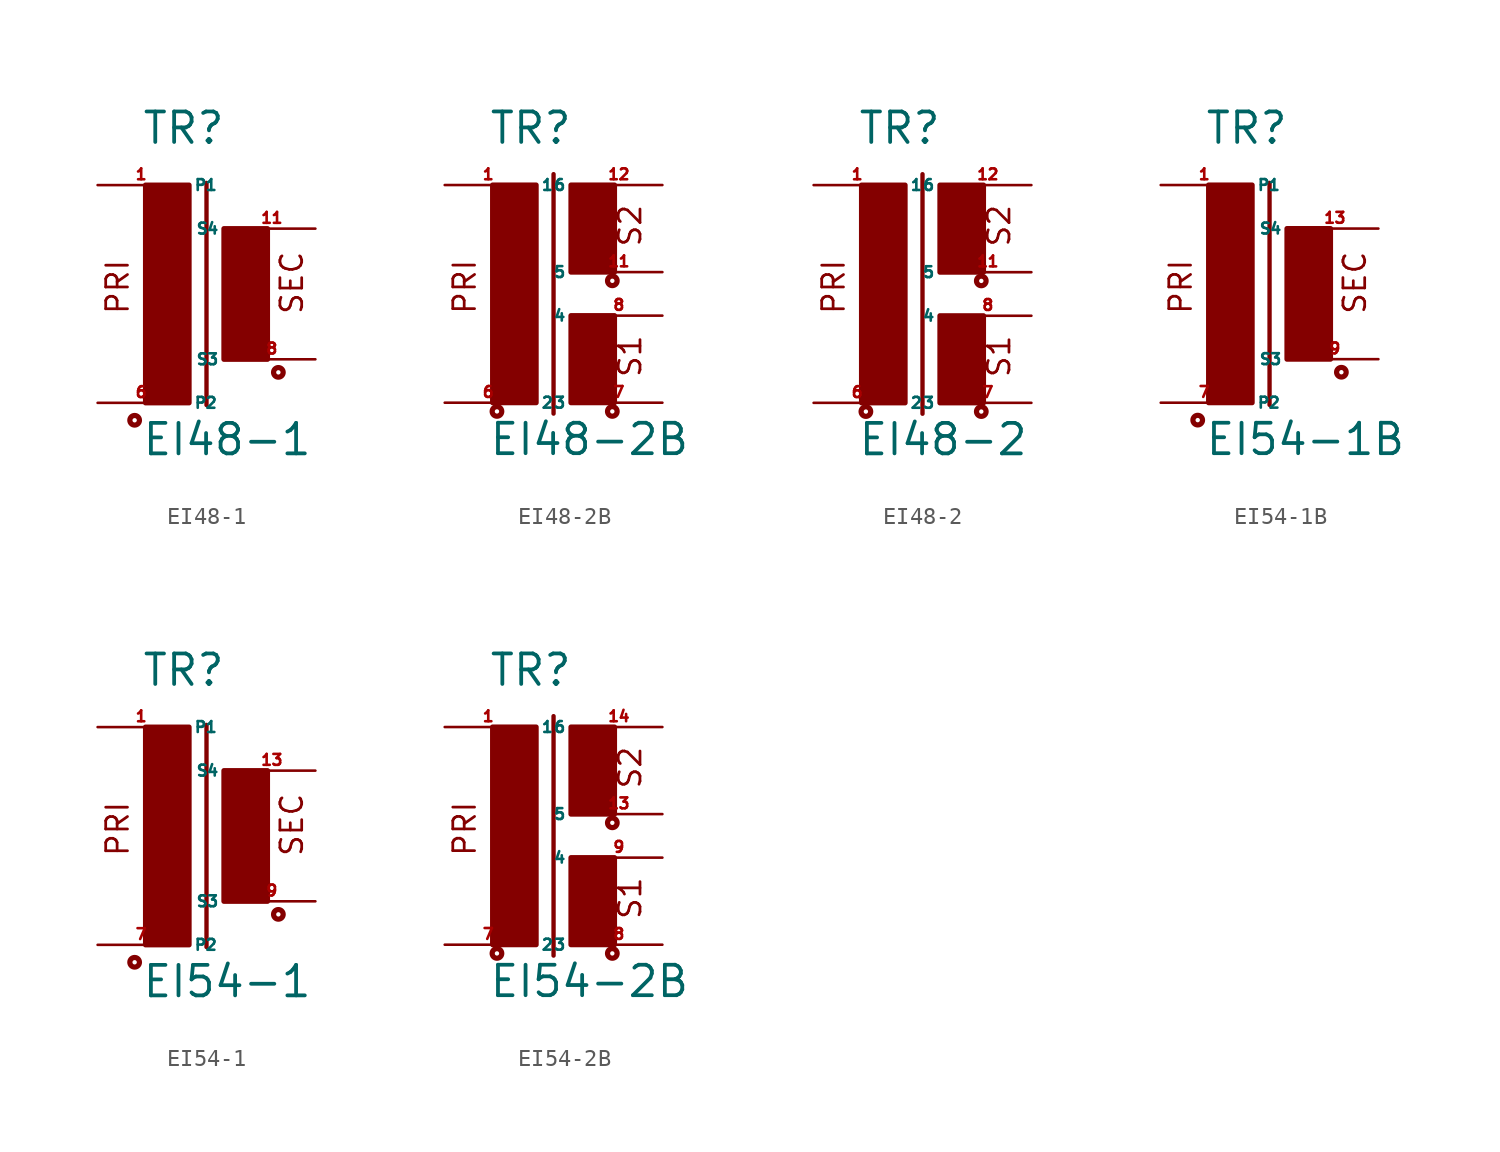
<source format=kicad_sym>
(kicad_symbol_lib
  (version 20220914)
  (generator Eagle2Kicad)
  (symbol "EI48-1"
    (property "Reference" "TR"
      (at -2.54 7.366 0)
      (effects (font (size 1.778 1.778) (thickness 0.22)) (justify left bottom)))
    (property "Value" "EI48-1"
      (at -2.54 -10.795 0)
      (effects (font (size 1.778 1.778) (thickness 0.22)) (justify left bottom)))
    (polyline
      (pts (xy 1.27 5.207) (xy 1.27 -7.747))
      (stroke (width 0.254) (type default))
      (fill (type none)))
    (text "PRI"
      (at -3.175 -2.54 900)
      (effects (font (size 1.27 1.27) (thickness 0.16)) (justify left bottom)))
    (text "SEC"
      (at 6.985 -2.54 900)
      (effects (font (size 1.27 1.27) (thickness 0.16)) (justify left bottom)))
    (circle
      (center -2.921 -8.636)
      (radius 0.127)
      (stroke (width 0.305) (type default))
      (fill (type none)))
    (circle
      (center 5.461 -5.842)
      (radius 0.127)
      (stroke (width 0.305) (type default))
      (fill (type none)))
    (rectangle
      (start -2.286 -7.62)
      (end 0.254 5.08)
      (stroke (width 0.3) (type default))
      (fill (type outline)))
    (rectangle
      (start 2.286 -5.08)
      (end 4.826 2.54)
      (stroke (width 0.3) (type default))
      (fill (type outline)))
    (pin passive line
      (at -5.08 5.08 0)
      (length 5.08)
      (name "P1" (effects (font (size 0.635 0.635) (thickness 0.08)) (justify left bottom)))
      (number "1" (effects (font (size 0.635 0.635) (thickness 0.08)) (justify left bottom))))
    (pin passive line
      (at -5.08 -7.62 0)
      (length 5.08)
      (name "P2" (effects (font (size 0.635 0.635) (thickness 0.08)) (justify left bottom)))
      (number "6" (effects (font (size 0.635 0.635) (thickness 0.08)) (justify left bottom))))
    (pin passive line
      (at 7.62 -5.08 180)
      (length 5.08)
      (name "S3" (effects (font (size 0.635 0.635) (thickness 0.08)) (justify left bottom)))
      (number "8" (effects (font (size 0.635 0.635) (thickness 0.08)) (justify left bottom))))
    (pin passive line
      (at 7.62 2.54 180)
      (length 5.08)
      (name "S4" (effects (font (size 0.635 0.635) (thickness 0.08)) (justify left bottom)))
      (number "11" (effects (font (size 0.635 0.635) (thickness 0.08)) (justify left bottom)))))
  (symbol "EI48-2B"
    (property "Reference" "TR"
      (at -2.54 7.366 0)
      (effects (font (size 1.778 1.778) (thickness 0.22)) (justify left bottom)))
    (property "Value" "EI48-2B"
      (at -2.54 -10.795 0)
      (effects (font (size 1.778 1.778) (thickness 0.22)) (justify left bottom)))
    (polyline
      (pts (xy 1.27 5.715) (xy 1.27 -8.255))
      (stroke (width 0.254) (type default))
      (fill (type none)))
    (text "PRI"
      (at -3.175 -2.54 900)
      (effects (font (size 1.27 1.27) (thickness 0.16)) (justify left bottom)))
    (text "S1"
      (at 6.477 -6.223 900)
      (effects (font (size 1.27 1.27) (thickness 0.16)) (justify left bottom)))
    (text "S2"
      (at 6.477 1.397 900)
      (effects (font (size 1.27 1.27) (thickness 0.16)) (justify left bottom)))
    (circle
      (center -2.032 -8.128)
      (radius 0.127)
      (stroke (width 0.305) (type default))
      (fill (type none)))
    (circle
      (center 4.699 -8.128)
      (radius 0.127)
      (stroke (width 0.305) (type default))
      (fill (type none)))
    (circle
      (center 4.699 -0.508)
      (radius 0.127)
      (stroke (width 0.305) (type default))
      (fill (type none)))
    (rectangle
      (start -2.286 -7.62)
      (end 0.254 5.08)
      (stroke (width 0.3) (type default))
      (fill (type outline)))
    (rectangle
      (start 2.286 0)
      (end 4.826 5.08)
      (stroke (width 0.3) (type default))
      (fill (type outline)))
    (rectangle
      (start 2.286 -7.62)
      (end 4.826 -2.54)
      (stroke (width 0.3) (type default))
      (fill (type outline)))
    (pin passive line
      (at -5.08 5.08 0)
      (length 5.08)
      (name "1" (effects (font (size 0.635 0.635) (thickness 0.08)) (justify left bottom)))
      (number "1" (effects (font (size 0.635 0.635) (thickness 0.08)) (justify left bottom))))
    (pin passive line
      (at -5.08 -7.62 0)
      (length 5.08)
      (name "2" (effects (font (size 0.635 0.635) (thickness 0.08)) (justify left bottom)))
      (number "6" (effects (font (size 0.635 0.635) (thickness 0.08)) (justify left bottom))))
    (pin passive line
      (at 7.62 -7.62 180)
      (length 5.08)
      (name "3" (effects (font (size 0.635 0.635) (thickness 0.08)) (justify left bottom)))
      (number "7" (effects (font (size 0.635 0.635) (thickness 0.08)) (justify left bottom))))
    (pin passive line
      (at 7.62 -2.54 180)
      (length 5.08)
      (name "4" (effects (font (size 0.635 0.635) (thickness 0.08)) (justify left bottom)))
      (number "8" (effects (font (size 0.635 0.635) (thickness 0.08)) (justify left bottom))))
    (pin passive line
      (at 7.62 0 180)
      (length 5.08)
      (name "5" (effects (font (size 0.635 0.635) (thickness 0.08)) (justify left bottom)))
      (number "11" (effects (font (size 0.635 0.635) (thickness 0.08)) (justify left bottom))))
    (pin passive line
      (at 7.62 5.08 180)
      (length 5.08)
      (name "6" (effects (font (size 0.635 0.635) (thickness 0.08)) (justify left bottom)))
      (number "12" (effects (font (size 0.635 0.635) (thickness 0.08)) (justify left bottom)))))
  (symbol "EI48-2"
    (property "Reference" "TR"
      (at -2.54 7.366 0)
      (effects (font (size 1.778 1.778) (thickness 0.22)) (justify left bottom)))
    (property "Value" "EI48-2"
      (at -2.54 -10.795 0)
      (effects (font (size 1.778 1.778) (thickness 0.22)) (justify left bottom)))
    (polyline
      (pts (xy 1.27 5.715) (xy 1.27 -8.255))
      (stroke (width 0.254) (type default))
      (fill (type none)))
    (text "PRI"
      (at -3.175 -2.54 900)
      (effects (font (size 1.27 1.27) (thickness 0.16)) (justify left bottom)))
    (text "S1"
      (at 6.477 -6.223 900)
      (effects (font (size 1.27 1.27) (thickness 0.16)) (justify left bottom)))
    (text "S2"
      (at 6.477 1.397 900)
      (effects (font (size 1.27 1.27) (thickness 0.16)) (justify left bottom)))
    (circle
      (center -2.032 -8.128)
      (radius 0.127)
      (stroke (width 0.305) (type default))
      (fill (type none)))
    (circle
      (center 4.699 -8.128)
      (radius 0.127)
      (stroke (width 0.305) (type default))
      (fill (type none)))
    (circle
      (center 4.699 -0.508)
      (radius 0.127)
      (stroke (width 0.305) (type default))
      (fill (type none)))
    (rectangle
      (start -2.286 -7.62)
      (end 0.254 5.08)
      (stroke (width 0.3) (type default))
      (fill (type outline)))
    (rectangle
      (start 2.286 0)
      (end 4.826 5.08)
      (stroke (width 0.3) (type default))
      (fill (type outline)))
    (rectangle
      (start 2.286 -7.62)
      (end 4.826 -2.54)
      (stroke (width 0.3) (type default))
      (fill (type outline)))
    (pin passive line
      (at -5.08 5.08 0)
      (length 5.08)
      (name "1" (effects (font (size 0.635 0.635) (thickness 0.08)) (justify left bottom)))
      (number "1" (effects (font (size 0.635 0.635) (thickness 0.08)) (justify left bottom))))
    (pin passive line
      (at -5.08 -7.62 0)
      (length 5.08)
      (name "2" (effects (font (size 0.635 0.635) (thickness 0.08)) (justify left bottom)))
      (number "6" (effects (font (size 0.635 0.635) (thickness 0.08)) (justify left bottom))))
    (pin passive line
      (at 7.62 -7.62 180)
      (length 5.08)
      (name "3" (effects (font (size 0.635 0.635) (thickness 0.08)) (justify left bottom)))
      (number "7" (effects (font (size 0.635 0.635) (thickness 0.08)) (justify left bottom))))
    (pin passive line
      (at 7.62 -2.54 180)
      (length 5.08)
      (name "4" (effects (font (size 0.635 0.635) (thickness 0.08)) (justify left bottom)))
      (number "8" (effects (font (size 0.635 0.635) (thickness 0.08)) (justify left bottom))))
    (pin passive line
      (at 7.62 0 180)
      (length 5.08)
      (name "5" (effects (font (size 0.635 0.635) (thickness 0.08)) (justify left bottom)))
      (number "11" (effects (font (size 0.635 0.635) (thickness 0.08)) (justify left bottom))))
    (pin passive line
      (at 7.62 5.08 180)
      (length 5.08)
      (name "6" (effects (font (size 0.635 0.635) (thickness 0.08)) (justify left bottom)))
      (number "12" (effects (font (size 0.635 0.635) (thickness 0.08)) (justify left bottom)))))
  (symbol "EI54-1B"
    (property "Reference" "TR"
      (at -2.54 7.366 0)
      (effects (font (size 1.778 1.778) (thickness 0.22)) (justify left bottom)))
    (property "Value" "EI54-1B"
      (at -2.54 -10.795 0)
      (effects (font (size 1.778 1.778) (thickness 0.22)) (justify left bottom)))
    (polyline
      (pts (xy 1.27 5.207) (xy 1.27 -7.747))
      (stroke (width 0.254) (type default))
      (fill (type none)))
    (text "PRI"
      (at -3.175 -2.54 900)
      (effects (font (size 1.27 1.27) (thickness 0.16)) (justify left bottom)))
    (text "SEC"
      (at 6.985 -2.54 900)
      (effects (font (size 1.27 1.27) (thickness 0.16)) (justify left bottom)))
    (circle
      (center -2.921 -8.636)
      (radius 0.127)
      (stroke (width 0.305) (type default))
      (fill (type none)))
    (circle
      (center 5.461 -5.842)
      (radius 0.127)
      (stroke (width 0.305) (type default))
      (fill (type none)))
    (rectangle
      (start -2.286 -7.62)
      (end 0.254 5.08)
      (stroke (width 0.3) (type default))
      (fill (type outline)))
    (rectangle
      (start 2.286 -5.08)
      (end 4.826 2.54)
      (stroke (width 0.3) (type default))
      (fill (type outline)))
    (pin passive line
      (at -5.08 5.08 0)
      (length 5.08)
      (name "P1" (effects (font (size 0.635 0.635) (thickness 0.08)) (justify left bottom)))
      (number "1" (effects (font (size 0.635 0.635) (thickness 0.08)) (justify left bottom))))
    (pin passive line
      (at -5.08 -7.62 0)
      (length 5.08)
      (name "P2" (effects (font (size 0.635 0.635) (thickness 0.08)) (justify left bottom)))
      (number "7" (effects (font (size 0.635 0.635) (thickness 0.08)) (justify left bottom))))
    (pin passive line
      (at 7.62 -5.08 180)
      (length 5.08)
      (name "S3" (effects (font (size 0.635 0.635) (thickness 0.08)) (justify left bottom)))
      (number "9" (effects (font (size 0.635 0.635) (thickness 0.08)) (justify left bottom))))
    (pin passive line
      (at 7.62 2.54 180)
      (length 5.08)
      (name "S4" (effects (font (size 0.635 0.635) (thickness 0.08)) (justify left bottom)))
      (number "13" (effects (font (size 0.635 0.635) (thickness 0.08)) (justify left bottom)))))
  (symbol "EI54-1"
    (property "Reference" "TR"
      (at -2.54 7.366 0)
      (effects (font (size 1.778 1.778) (thickness 0.22)) (justify left bottom)))
    (property "Value" "EI54-1"
      (at -2.54 -10.795 0)
      (effects (font (size 1.778 1.778) (thickness 0.22)) (justify left bottom)))
    (polyline
      (pts (xy 1.27 5.207) (xy 1.27 -7.747))
      (stroke (width 0.254) (type default))
      (fill (type none)))
    (text "PRI"
      (at -3.175 -2.54 900)
      (effects (font (size 1.27 1.27) (thickness 0.16)) (justify left bottom)))
    (text "SEC"
      (at 6.985 -2.54 900)
      (effects (font (size 1.27 1.27) (thickness 0.16)) (justify left bottom)))
    (circle
      (center -2.921 -8.636)
      (radius 0.127)
      (stroke (width 0.305) (type default))
      (fill (type none)))
    (circle
      (center 5.461 -5.842)
      (radius 0.127)
      (stroke (width 0.305) (type default))
      (fill (type none)))
    (rectangle
      (start -2.286 -7.62)
      (end 0.254 5.08)
      (stroke (width 0.3) (type default))
      (fill (type outline)))
    (rectangle
      (start 2.286 -5.08)
      (end 4.826 2.54)
      (stroke (width 0.3) (type default))
      (fill (type outline)))
    (pin passive line
      (at -5.08 5.08 0)
      (length 5.08)
      (name "P1" (effects (font (size 0.635 0.635) (thickness 0.08)) (justify left bottom)))
      (number "1" (effects (font (size 0.635 0.635) (thickness 0.08)) (justify left bottom))))
    (pin passive line
      (at -5.08 -7.62 0)
      (length 5.08)
      (name "P2" (effects (font (size 0.635 0.635) (thickness 0.08)) (justify left bottom)))
      (number "7" (effects (font (size 0.635 0.635) (thickness 0.08)) (justify left bottom))))
    (pin passive line
      (at 7.62 -5.08 180)
      (length 5.08)
      (name "S3" (effects (font (size 0.635 0.635) (thickness 0.08)) (justify left bottom)))
      (number "9" (effects (font (size 0.635 0.635) (thickness 0.08)) (justify left bottom))))
    (pin passive line
      (at 7.62 2.54 180)
      (length 5.08)
      (name "S4" (effects (font (size 0.635 0.635) (thickness 0.08)) (justify left bottom)))
      (number "13" (effects (font (size 0.635 0.635) (thickness 0.08)) (justify left bottom)))))
  (symbol "EI54-2B"
    (property "Reference" "TR"
      (at -2.54 7.366 0)
      (effects (font (size 1.778 1.778) (thickness 0.22)) (justify left bottom)))
    (property "Value" "EI54-2B"
      (at -2.54 -10.795 0)
      (effects (font (size 1.778 1.778) (thickness 0.22)) (justify left bottom)))
    (polyline
      (pts (xy 1.27 5.715) (xy 1.27 -8.255))
      (stroke (width 0.254) (type default))
      (fill (type none)))
    (text "PRI"
      (at -3.175 -2.54 900)
      (effects (font (size 1.27 1.27) (thickness 0.16)) (justify left bottom)))
    (text "S1"
      (at 6.477 -6.223 900)
      (effects (font (size 1.27 1.27) (thickness 0.16)) (justify left bottom)))
    (text "S2"
      (at 6.477 1.397 900)
      (effects (font (size 1.27 1.27) (thickness 0.16)) (justify left bottom)))
    (circle
      (center -2.032 -8.128)
      (radius 0.127)
      (stroke (width 0.305) (type default))
      (fill (type none)))
    (circle
      (center 4.699 -8.128)
      (radius 0.127)
      (stroke (width 0.305) (type default))
      (fill (type none)))
    (circle
      (center 4.699 -0.508)
      (radius 0.127)
      (stroke (width 0.305) (type default))
      (fill (type none)))
    (rectangle
      (start -2.286 -7.62)
      (end 0.254 5.08)
      (stroke (width 0.3) (type default))
      (fill (type outline)))
    (rectangle
      (start 2.286 0)
      (end 4.826 5.08)
      (stroke (width 0.3) (type default))
      (fill (type outline)))
    (rectangle
      (start 2.286 -7.62)
      (end 4.826 -2.54)
      (stroke (width 0.3) (type default))
      (fill (type outline)))
    (pin passive line
      (at -5.08 5.08 0)
      (length 5.08)
      (name "1" (effects (font (size 0.635 0.635) (thickness 0.08)) (justify left bottom)))
      (number "1" (effects (font (size 0.635 0.635) (thickness 0.08)) (justify left bottom))))
    (pin passive line
      (at -5.08 -7.62 0)
      (length 5.08)
      (name "2" (effects (font (size 0.635 0.635) (thickness 0.08)) (justify left bottom)))
      (number "7" (effects (font (size 0.635 0.635) (thickness 0.08)) (justify left bottom))))
    (pin passive line
      (at 7.62 -7.62 180)
      (length 5.08)
      (name "3" (effects (font (size 0.635 0.635) (thickness 0.08)) (justify left bottom)))
      (number "8" (effects (font (size 0.635 0.635) (thickness 0.08)) (justify left bottom))))
    (pin passive line
      (at 7.62 -2.54 180)
      (length 5.08)
      (name "4" (effects (font (size 0.635 0.635) (thickness 0.08)) (justify left bottom)))
      (number "9" (effects (font (size 0.635 0.635) (thickness 0.08)) (justify left bottom))))
    (pin passive line
      (at 7.62 0 180)
      (length 5.08)
      (name "5" (effects (font (size 0.635 0.635) (thickness 0.08)) (justify left bottom)))
      (number "13" (effects (font (size 0.635 0.635) (thickness 0.08)) (justify left bottom))))
    (pin passive line
      (at 7.62 5.08 180)
      (length 5.08)
      (name "6" (effects (font (size 0.635 0.635) (thickness 0.08)) (justify left bottom)))
      (number "14" (effects (font (size 0.635 0.635) (thickness 0.08)) (justify left bottom))))))
</source>
